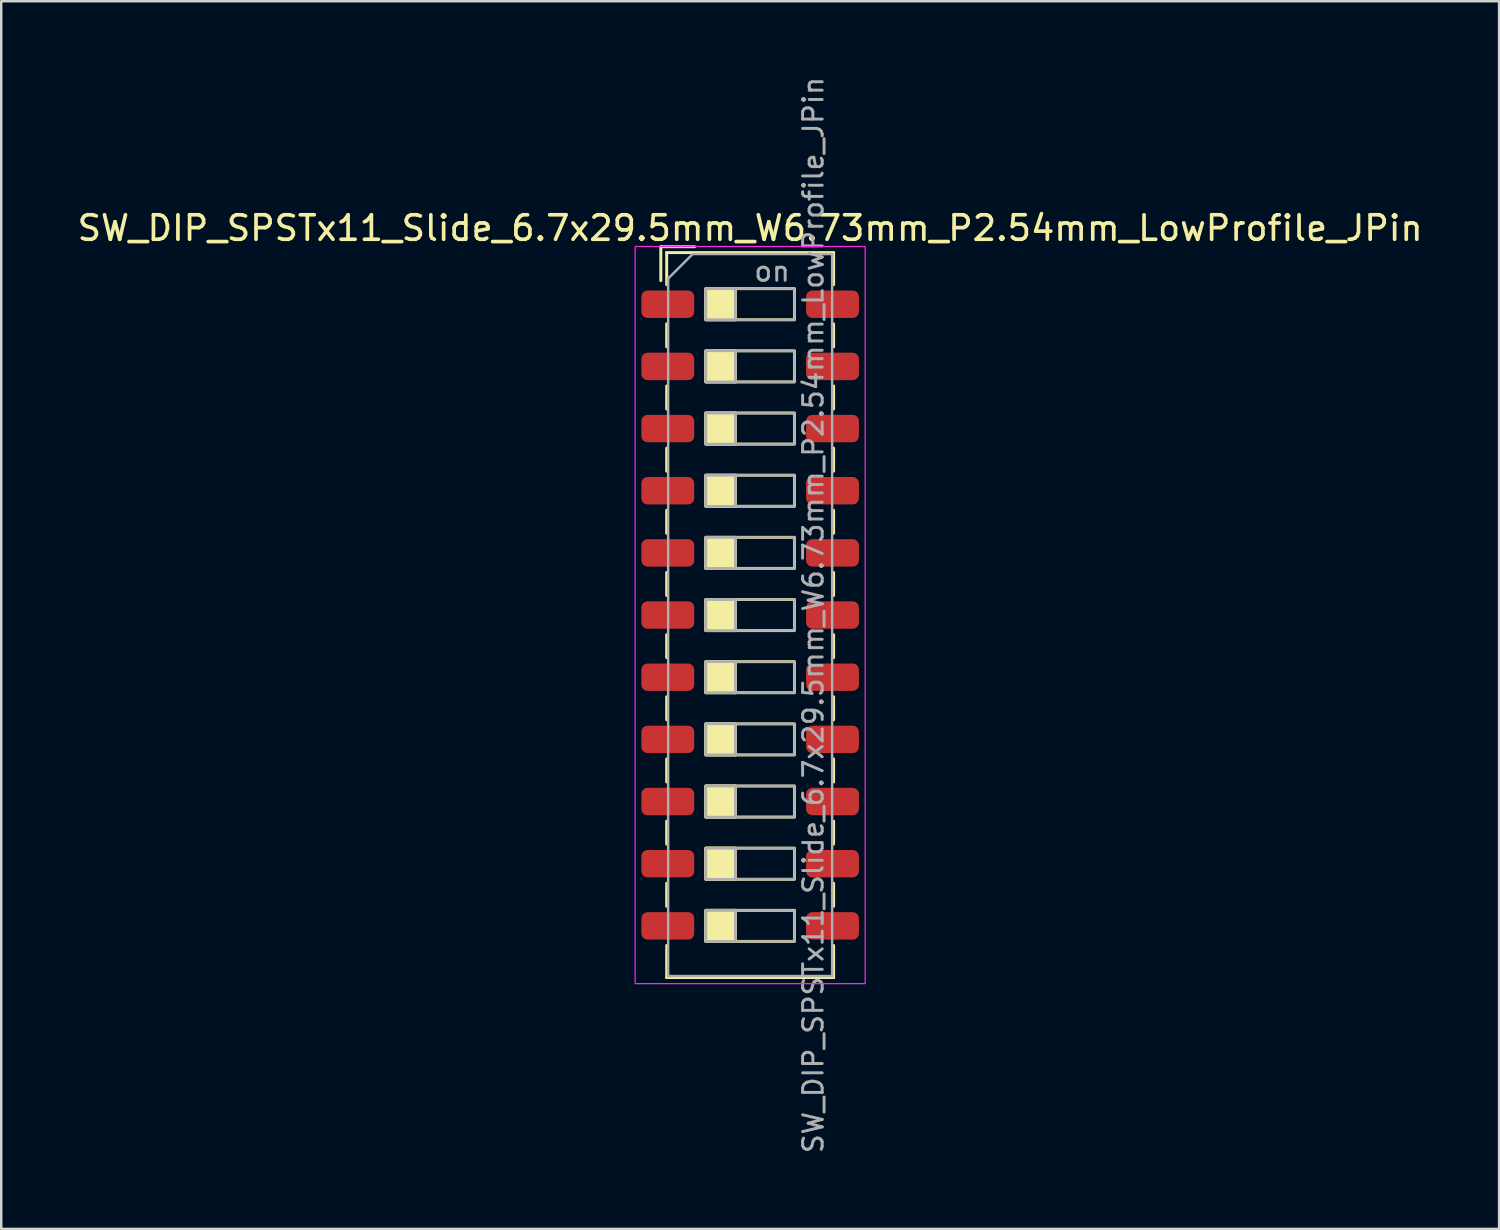
<source format=kicad_pcb>
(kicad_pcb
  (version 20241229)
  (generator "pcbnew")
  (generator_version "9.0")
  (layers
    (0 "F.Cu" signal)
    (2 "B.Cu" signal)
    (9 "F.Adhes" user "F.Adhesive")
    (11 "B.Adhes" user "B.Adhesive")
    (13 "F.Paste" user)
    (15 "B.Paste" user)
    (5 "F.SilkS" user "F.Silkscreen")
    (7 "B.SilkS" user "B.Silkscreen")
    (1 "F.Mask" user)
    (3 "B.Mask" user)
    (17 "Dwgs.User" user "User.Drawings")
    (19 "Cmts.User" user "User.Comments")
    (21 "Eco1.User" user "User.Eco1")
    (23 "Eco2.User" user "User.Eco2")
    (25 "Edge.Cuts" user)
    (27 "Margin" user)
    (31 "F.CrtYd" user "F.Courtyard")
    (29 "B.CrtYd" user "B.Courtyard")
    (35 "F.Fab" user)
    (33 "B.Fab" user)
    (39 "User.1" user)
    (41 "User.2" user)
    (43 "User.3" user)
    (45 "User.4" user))
  (footprint "SW_DIP_SPSTx11_Slide_6.7x29.5mm_W6.73mm_P2.54mm_LowProfile_JPin"
    (layer "F.Cu")
    (at 27.601 22.081)
    (property "Reference" "SW_DIP_SPSTx11_Slide_6.7x29.5mm_W6.73mm_P2.54mm_LowProfile_JPin" (at 0 -15.81 0) (layer "F.SilkS") (effects (font (size 1 1) (thickness 0.15))))
    (attr smd)
    (fp_line (start -3.65 -15.05) (end -3.65 -13.667) (stroke (width 0.12) (type solid)) (layer "F.SilkS"))
    (fp_line (start -3.65 -15.05) (end -2.267 -15.05) (stroke (width 0.12) (type solid)) (layer "F.SilkS"))
    (fp_line (start -3.41 -14.81) (end -3.41 -13.5) (stroke (width 0.12) (type solid)) (layer "F.SilkS"))
    (fp_line (start -3.41 -14.81) (end 3.41 -14.81) (stroke (width 0.12) (type solid)) (layer "F.SilkS"))
    (fp_line (start -3.41 -11.9) (end -3.41 -10.96) (stroke (width 0.12) (type solid)) (layer "F.SilkS"))
    (fp_line (start -3.41 -9.36) (end -3.41 -8.42) (stroke (width 0.12) (type solid)) (layer "F.SilkS"))
    (fp_line (start -3.41 -6.82) (end -3.41 -5.88) (stroke (width 0.12) (type solid)) (layer "F.SilkS"))
    (fp_line (start -3.41 -4.28) (end -3.41 -3.34) (stroke (width 0.12) (type solid)) (layer "F.SilkS"))
    (fp_line (start -3.41 -1.74) (end -3.41 -0.8) (stroke (width 0.12) (type solid)) (layer "F.SilkS"))
    (fp_line (start -3.41 0.8) (end -3.41 1.74) (stroke (width 0.12) (type solid)) (layer "F.SilkS"))
    (fp_line (start -3.41 3.34) (end -3.41 4.28) (stroke (width 0.12) (type solid)) (layer "F.SilkS"))
    (fp_line (start -3.41 5.88) (end -3.41 6.82) (stroke (width 0.12) (type solid)) (layer "F.SilkS"))
    (fp_line (start -3.41 8.42) (end -3.41 9.36) (stroke (width 0.12) (type solid)) (layer "F.SilkS"))
    (fp_line (start -3.41 10.96) (end -3.41 11.9) (stroke (width 0.12) (type solid)) (layer "F.SilkS"))
    (fp_line (start -3.41 13.5) (end -3.41 14.81) (stroke (width 0.12) (type solid)) (layer "F.SilkS"))
    (fp_line (start -3.41 14.81) (end 3.41 14.81) (stroke (width 0.12) (type solid)) (layer "F.SilkS"))
    (fp_line (start -0.603 -13.335) (end -0.603 -12.065) (stroke (width 0.12) (type solid)) (layer "F.SilkS"))
    (fp_line (start -0.603 -10.795) (end -0.603 -9.525) (stroke (width 0.12) (type solid)) (layer "F.SilkS"))
    (fp_line (start -0.603 -8.255) (end -0.603 -6.985) (stroke (width 0.12) (type solid)) (layer "F.SilkS"))
    (fp_line (start -0.603 -5.715) (end -0.603 -4.445) (stroke (width 0.12) (type solid)) (layer "F.SilkS"))
    (fp_line (start -0.603 -3.175) (end -0.603 -1.905) (stroke (width 0.12) (type solid)) (layer "F.SilkS"))
    (fp_line (start -0.603 -0.635) (end -0.603 0.635) (stroke (width 0.12) (type solid)) (layer "F.SilkS"))
    (fp_line (start -0.603 1.905) (end -0.603 3.175) (stroke (width 0.12) (type solid)) (layer "F.SilkS"))
    (fp_line (start -0.603 4.445) (end -0.603 5.715) (stroke (width 0.12) (type solid)) (layer "F.SilkS"))
    (fp_line (start -0.603 6.985) (end -0.603 8.255) (stroke (width 0.12) (type solid)) (layer "F.SilkS"))
    (fp_line (start -0.603 9.525) (end -0.603 10.795) (stroke (width 0.12) (type solid)) (layer "F.SilkS"))
    (fp_line (start -0.603 12.065) (end -0.603 13.335) (stroke (width 0.12) (type solid)) (layer "F.SilkS"))
    (fp_line (start 3.41 -14.81) (end 3.41 -13.5) (stroke (width 0.12) (type solid)) (layer "F.SilkS"))
    (fp_line (start 3.41 -11.9) (end 3.41 -10.96) (stroke (width 0.12) (type solid)) (layer "F.SilkS"))
    (fp_line (start 3.41 -9.36) (end 3.41 -8.42) (stroke (width 0.12) (type solid)) (layer "F.SilkS"))
    (fp_line (start 3.41 -6.82) (end 3.41 -5.88) (stroke (width 0.12) (type solid)) (layer "F.SilkS"))
    (fp_line (start 3.41 -4.28) (end 3.41 -3.34) (stroke (width 0.12) (type solid)) (layer "F.SilkS"))
    (fp_line (start 3.41 -1.74) (end 3.41 -0.8) (stroke (width 0.12) (type solid)) (layer "F.SilkS"))
    (fp_line (start 3.41 0.8) (end 3.41 1.74) (stroke (width 0.12) (type solid)) (layer "F.SilkS"))
    (fp_line (start 3.41 3.34) (end 3.41 4.28) (stroke (width 0.12) (type solid)) (layer "F.SilkS"))
    (fp_line (start 3.41 5.88) (end 3.41 6.82) (stroke (width 0.12) (type solid)) (layer "F.SilkS"))
    (fp_line (start 3.41 8.42) (end 3.41 9.36) (stroke (width 0.12) (type solid)) (layer "F.SilkS"))
    (fp_line (start 3.41 10.96) (end 3.41 11.9) (stroke (width 0.12) (type solid)) (layer "F.SilkS"))
    (fp_line (start 3.41 13.5) (end 3.41 14.81) (stroke (width 0.12) (type solid)) (layer "F.SilkS"))
    (fp_rect (start -1.81 -13.335) (end -0.603 -12.065) (stroke (width 0.12) (type solid)) (fill yes) (layer "F.SilkS"))
    (fp_rect (start -1.81 -13.335) (end 1.81 -12.065) (stroke (width 0.12) (type solid)) (fill no) (layer "F.SilkS"))
    (fp_rect (start -1.81 -10.795) (end -0.603 -9.525) (stroke (width 0.12) (type solid)) (fill yes) (layer "F.SilkS"))
    (fp_rect (start -1.81 -10.795) (end 1.81 -9.525) (stroke (width 0.12) (type solid)) (fill no) (layer "F.SilkS"))
    (fp_rect (start -1.81 -8.255) (end -0.603 -6.985) (stroke (width 0.12) (type solid)) (fill yes) (layer "F.SilkS"))
    (fp_rect (start -1.81 -8.255) (end 1.81 -6.985) (stroke (width 0.12) (type solid)) (fill no) (layer "F.SilkS"))
    (fp_rect (start -1.81 -5.715) (end -0.603 -4.445) (stroke (width 0.12) (type solid)) (fill yes) (layer "F.SilkS"))
    (fp_rect (start -1.81 -5.715) (end 1.81 -4.445) (stroke (width 0.12) (type solid)) (fill no) (layer "F.SilkS"))
    (fp_rect (start -1.81 -3.175) (end -0.603 -1.905) (stroke (width 0.12) (type solid)) (fill yes) (layer "F.SilkS"))
    (fp_rect (start -1.81 -3.175) (end 1.81 -1.905) (stroke (width 0.12) (type solid)) (fill no) (layer "F.SilkS"))
    (fp_rect (start -1.81 -0.635) (end -0.603 0.635) (stroke (width 0.12) (type solid)) (fill yes) (layer "F.SilkS"))
    (fp_rect (start -1.81 -0.635) (end 1.81 0.635) (stroke (width 0.12) (type solid)) (fill no) (layer "F.SilkS"))
    (fp_rect (start -1.81 1.905) (end -0.603 3.175) (stroke (width 0.12) (type solid)) (fill yes) (layer "F.SilkS"))
    (fp_rect (start -1.81 1.905) (end 1.81 3.175) (stroke (width 0.12) (type solid)) (fill no) (layer "F.SilkS"))
    (fp_rect (start -1.81 4.445) (end -0.603 5.715) (stroke (width 0.12) (type solid)) (fill yes) (layer "F.SilkS"))
    (fp_rect (start -1.81 4.445) (end 1.81 5.715) (stroke (width 0.12) (type solid)) (fill no) (layer "F.SilkS"))
    (fp_rect (start -1.81 6.985) (end -0.603 8.255) (stroke (width 0.12) (type solid)) (fill yes) (layer "F.SilkS"))
    (fp_rect (start -1.81 6.985) (end 1.81 8.255) (stroke (width 0.12) (type solid)) (fill no) (layer "F.SilkS"))
    (fp_rect (start -1.81 9.525) (end -0.603 10.795) (stroke (width 0.12) (type solid)) (fill yes) (layer "F.SilkS"))
    (fp_rect (start -1.81 9.525) (end 1.81 10.795) (stroke (width 0.12) (type solid)) (fill no) (layer "F.SilkS"))
    (fp_rect (start -1.81 12.065) (end -0.603 13.335) (stroke (width 0.12) (type solid)) (fill yes) (layer "F.SilkS"))
    (fp_rect (start -1.81 12.065) (end 1.81 13.335) (stroke (width 0.12) (type solid)) (fill no) (layer "F.SilkS"))
    (fp_rect (start -4.7 -15.06) (end 4.7 15.06) (stroke (width 0.05) (type solid)) (fill no) (layer "F.CrtYd"))
    (fp_line (start -3.35 -13.75) (end -2.35 -14.75) (stroke (width 0.1) (type solid)) (layer "F.Fab"))
    (fp_line (start -3.35 14.75) (end -3.35 -13.75) (stroke (width 0.1) (type solid)) (layer "F.Fab"))
    (fp_line (start -2.35 -14.75) (end 3.35 -14.75) (stroke (width 0.1) (type solid)) (layer "F.Fab"))
    (fp_line (start -0.603 -13.335) (end -0.603 -12.065) (stroke (width 0.1) (type solid)) (layer "F.Fab"))
    (fp_line (start -0.603 -10.795) (end -0.603 -9.525) (stroke (width 0.1) (type solid)) (layer "F.Fab"))
    (fp_line (start -0.603 -8.255) (end -0.603 -6.985) (stroke (width 0.1) (type solid)) (layer "F.Fab"))
    (fp_line (start -0.603 -5.715) (end -0.603 -4.445) (stroke (width 0.1) (type solid)) (layer "F.Fab"))
    (fp_line (start -0.603 -3.175) (end -0.603 -1.905) (stroke (width 0.1) (type solid)) (layer "F.Fab"))
    (fp_line (start -0.603 -0.635) (end -0.603 0.635) (stroke (width 0.1) (type solid)) (layer "F.Fab"))
    (fp_line (start -0.603 1.905) (end -0.603 3.175) (stroke (width 0.1) (type solid)) (layer "F.Fab"))
    (fp_line (start -0.603 4.445) (end -0.603 5.715) (stroke (width 0.1) (type solid)) (layer "F.Fab"))
    (fp_line (start -0.603 6.985) (end -0.603 8.255) (stroke (width 0.1) (type solid)) (layer "F.Fab"))
    (fp_line (start -0.603 9.525) (end -0.603 10.795) (stroke (width 0.1) (type solid)) (layer "F.Fab"))
    (fp_line (start -0.603 12.065) (end -0.603 13.335) (stroke (width 0.1) (type solid)) (layer "F.Fab"))
    (fp_line (start 3.35 -14.75) (end 3.35 14.75) (stroke (width 0.1) (type solid)) (layer "F.Fab"))
    (fp_line (start 3.35 14.75) (end -3.35 14.75) (stroke (width 0.1) (type solid)) (layer "F.Fab"))
    (fp_rect (start -1.81 -13.335) (end -0.603 -12.065) (stroke (width 0.1) (type solid)) (fill no) (layer "F.Fab"))
    (fp_rect (start -1.81 -13.335) (end 1.81 -12.065) (stroke (width 0.1) (type solid)) (fill no) (layer "F.Fab"))
    (fp_rect (start -1.81 -10.795) (end -0.603 -9.525) (stroke (width 0.1) (type solid)) (fill no) (layer "F.Fab"))
    (fp_rect (start -1.81 -10.795) (end 1.81 -9.525) (stroke (width 0.1) (type solid)) (fill no) (layer "F.Fab"))
    (fp_rect (start -1.81 -8.255) (end -0.603 -6.985) (stroke (width 0.1) (type solid)) (fill no) (layer "F.Fab"))
    (fp_rect (start -1.81 -8.255) (end 1.81 -6.985) (stroke (width 0.1) (type solid)) (fill no) (layer "F.Fab"))
    (fp_rect (start -1.81 -5.715) (end -0.603 -4.445) (stroke (width 0.1) (type solid)) (fill no) (layer "F.Fab"))
    (fp_rect (start -1.81 -5.715) (end 1.81 -4.445) (stroke (width 0.1) (type solid)) (fill no) (layer "F.Fab"))
    (fp_rect (start -1.81 -3.175) (end -0.603 -1.905) (stroke (width 0.1) (type solid)) (fill no) (layer "F.Fab"))
    (fp_rect (start -1.81 -3.175) (end 1.81 -1.905) (stroke (width 0.1) (type solid)) (fill no) (layer "F.Fab"))
    (fp_rect (start -1.81 -0.635) (end -0.603 0.635) (stroke (width 0.1) (type solid)) (fill no) (layer "F.Fab"))
    (fp_rect (start -1.81 -0.635) (end 1.81 0.635) (stroke (width 0.1) (type solid)) (fill no) (layer "F.Fab"))
    (fp_rect (start -1.81 1.905) (end -0.603 3.175) (stroke (width 0.1) (type solid)) (fill no) (layer "F.Fab"))
    (fp_rect (start -1.81 1.905) (end 1.81 3.175) (stroke (width 0.1) (type solid)) (fill no) (layer "F.Fab"))
    (fp_rect (start -1.81 4.445) (end -0.603 5.715) (stroke (width 0.1) (type solid)) (fill no) (layer "F.Fab"))
    (fp_rect (start -1.81 4.445) (end 1.81 5.715) (stroke (width 0.1) (type solid)) (fill no) (layer "F.Fab"))
    (fp_rect (start -1.81 6.985) (end -0.603 8.255) (stroke (width 0.1) (type solid)) (fill no) (layer "F.Fab"))
    (fp_rect (start -1.81 6.985) (end 1.81 8.255) (stroke (width 0.1) (type solid)) (fill no) (layer "F.Fab"))
    (fp_rect (start -1.81 9.525) (end -0.603 10.795) (stroke (width 0.1) (type solid)) (fill no) (layer "F.Fab"))
    (fp_rect (start -1.81 9.525) (end 1.81 10.795) (stroke (width 0.1) (type solid)) (fill no) (layer "F.Fab"))
    (fp_rect (start -1.81 12.065) (end -0.603 13.335) (stroke (width 0.1) (type solid)) (fill no) (layer "F.Fab"))
    (fp_rect (start -1.81 12.065) (end 1.81 13.335) (stroke (width 0.1) (type solid)) (fill no) (layer "F.Fab"))
    (fp_text user "${REFERENCE}" (at 2.58 0 90) (layer "F.Fab") (effects (font (size 0.8 0.8) (thickness 0.12))))
    (fp_text user "on" (at 0.897 -14.043 0) (layer "F.Fab") (effects (font (size 0.8 0.8) (thickness 0.12))))
    (pad "1" smd roundrect (at -3.365 -12.7) (size 2.16 1.12) (layers "F.Cu" "F.Mask" "F.Paste") (roundrect_rratio 0.223))
    (pad "2" smd roundrect (at -3.365 -10.16) (size 2.16 1.12) (layers "F.Cu" "F.Mask" "F.Paste") (roundrect_rratio 0.223))
    (pad "3" smd roundrect (at -3.365 -7.62) (size 2.16 1.12) (layers "F.Cu" "F.Mask" "F.Paste") (roundrect_rratio 0.223))
    (pad "4" smd roundrect (at -3.365 -5.08) (size 2.16 1.12) (layers "F.Cu" "F.Mask" "F.Paste") (roundrect_rratio 0.223))
    (pad "5" smd roundrect (at -3.365 -2.54) (size 2.16 1.12) (layers "F.Cu" "F.Mask" "F.Paste") (roundrect_rratio 0.223))
    (pad "6" smd roundrect (at -3.365 0) (size 2.16 1.12) (layers "F.Cu" "F.Mask" "F.Paste") (roundrect_rratio 0.223))
    (pad "7" smd roundrect (at -3.365 2.54) (size 2.16 1.12) (layers "F.Cu" "F.Mask" "F.Paste") (roundrect_rratio 0.223))
    (pad "8" smd roundrect (at -3.365 5.08) (size 2.16 1.12) (layers "F.Cu" "F.Mask" "F.Paste") (roundrect_rratio 0.223))
    (pad "9" smd roundrect (at -3.365 7.62) (size 2.16 1.12) (layers "F.Cu" "F.Mask" "F.Paste") (roundrect_rratio 0.223))
    (pad "10" smd roundrect (at -3.365 10.16) (size 2.16 1.12) (layers "F.Cu" "F.Mask" "F.Paste") (roundrect_rratio 0.223))
    (pad "11" smd roundrect (at -3.365 12.7) (size 2.16 1.12) (layers "F.Cu" "F.Mask" "F.Paste") (roundrect_rratio 0.223))
    (pad "12" smd roundrect (at 3.365 12.7) (size 2.16 1.12) (layers "F.Cu" "F.Mask" "F.Paste") (roundrect_rratio 0.223))
    (pad "13" smd roundrect (at 3.365 10.16) (size 2.16 1.12) (layers "F.Cu" "F.Mask" "F.Paste") (roundrect_rratio 0.223))
    (pad "14" smd roundrect (at 3.365 7.62) (size 2.16 1.12) (layers "F.Cu" "F.Mask" "F.Paste") (roundrect_rratio 0.223))
    (pad "15" smd roundrect (at 3.365 5.08) (size 2.16 1.12) (layers "F.Cu" "F.Mask" "F.Paste") (roundrect_rratio 0.223))
    (pad "16" smd roundrect (at 3.365 2.54) (size 2.16 1.12) (layers "F.Cu" "F.Mask" "F.Paste") (roundrect_rratio 0.223))
    (pad "17" smd roundrect (at 3.365 0) (size 2.16 1.12) (layers "F.Cu" "F.Mask" "F.Paste") (roundrect_rratio 0.223))
    (pad "18" smd roundrect (at 3.365 -2.54) (size 2.16 1.12) (layers "F.Cu" "F.Mask" "F.Paste") (roundrect_rratio 0.223))
    (pad "19" smd roundrect (at 3.365 -5.08) (size 2.16 1.12) (layers "F.Cu" "F.Mask" "F.Paste") (roundrect_rratio 0.223))
    (pad "20" smd roundrect (at 3.365 -7.62) (size 2.16 1.12) (layers "F.Cu" "F.Mask" "F.Paste") (roundrect_rratio 0.223))
    (pad "21" smd roundrect (at 3.365 -10.16) (size 2.16 1.12) (layers "F.Cu" "F.Mask" "F.Paste") (roundrect_rratio 0.223))
    (pad "22" smd roundrect (at 3.365 -12.7) (size 2.16 1.12) (layers "F.Cu" "F.Mask" "F.Paste") (roundrect_rratio 0.223)))
  (gr_rect
    (start -3 -3)
    (end 58.202 47.162)
    (stroke (width 0.1) (type default))
    (fill no)
    (layer "Edge.Cuts")))
</source>
